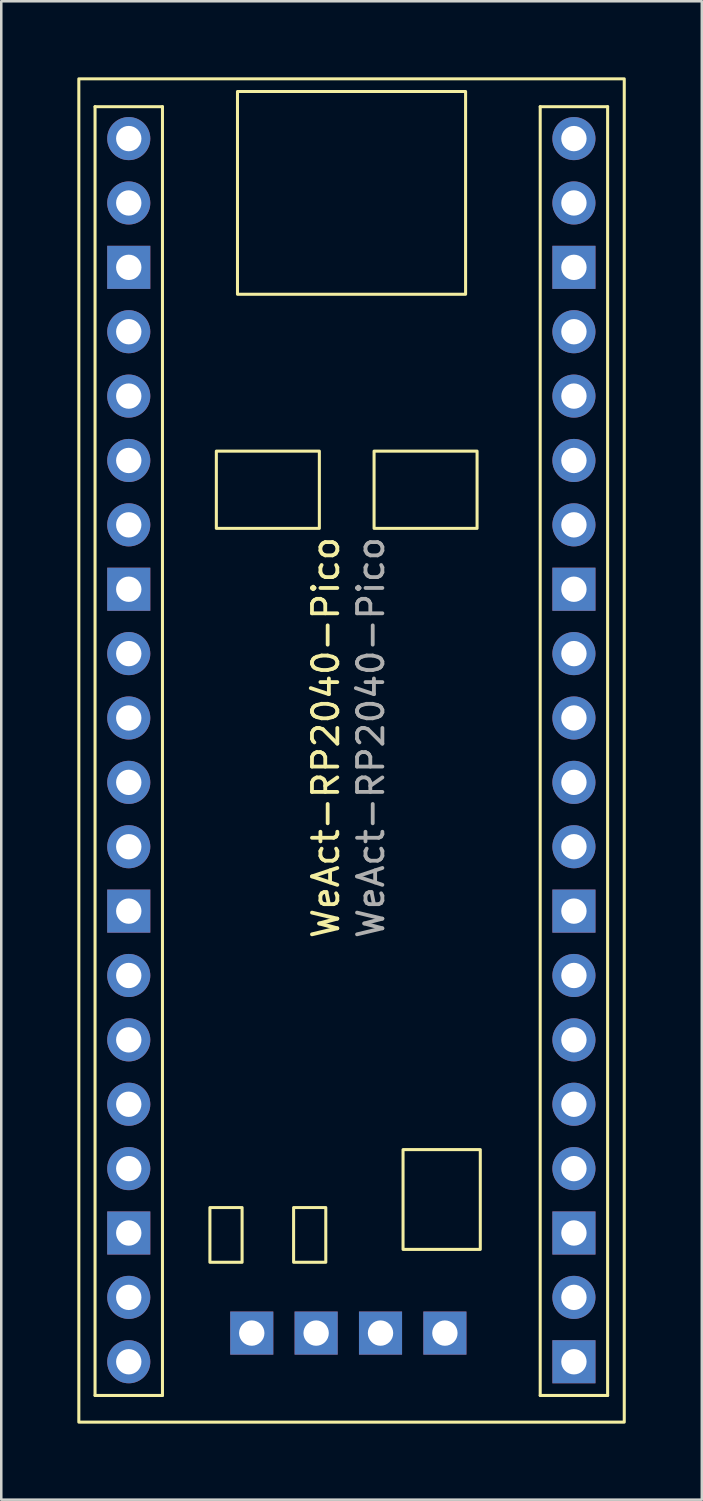
<source format=kicad_pcb>
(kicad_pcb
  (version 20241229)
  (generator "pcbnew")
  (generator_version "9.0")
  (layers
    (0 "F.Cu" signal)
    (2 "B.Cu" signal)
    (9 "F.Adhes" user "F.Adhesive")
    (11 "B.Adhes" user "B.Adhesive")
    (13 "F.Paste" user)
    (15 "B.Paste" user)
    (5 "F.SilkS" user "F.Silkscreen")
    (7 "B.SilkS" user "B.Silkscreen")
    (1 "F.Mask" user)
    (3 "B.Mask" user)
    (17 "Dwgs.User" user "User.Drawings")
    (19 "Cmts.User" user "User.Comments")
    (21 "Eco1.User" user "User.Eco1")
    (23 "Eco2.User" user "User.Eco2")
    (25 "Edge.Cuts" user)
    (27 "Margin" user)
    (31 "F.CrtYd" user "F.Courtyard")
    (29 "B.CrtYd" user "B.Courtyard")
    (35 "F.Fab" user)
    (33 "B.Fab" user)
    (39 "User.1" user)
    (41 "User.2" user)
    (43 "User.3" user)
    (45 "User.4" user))
  (footprint "WeAct-RP2040-Pico"
    (layer "F.Cu")
    (at 10.82 26.56)
    (property "Reference" "WeAct-RP2040-Pico" (at -1.016 -0.508 90) (unlocked yes) (layer "F.SilkS") (effects (font (size 1 1) (thickness 0.15))))
    (attr through_hole)
    (fp_line (start -10.12 -25.4) (end -10.12 25.448) (stroke (width 0.12) (type solid)) (layer "F.SilkS"))
    (fp_line (start -10.12 -25.4) (end -7.46 -25.4) (stroke (width 0.12) (type solid)) (layer "F.SilkS"))
    (fp_line (start -10.12 25.448) (end -7.46 25.448) (stroke (width 0.12) (type solid)) (layer "F.SilkS"))
    (fp_line (start -7.46 -25.4) (end -7.46 25.448) (stroke (width 0.12) (type solid)) (layer "F.SilkS"))
    (fp_line (start 7.444 -25.4) (end 7.444 25.448) (stroke (width 0.12) (type solid)) (layer "F.SilkS"))
    (fp_line (start 7.444 -25.4) (end 10.104 -25.4) (stroke (width 0.12) (type solid)) (layer "F.SilkS"))
    (fp_line (start 7.444 25.448) (end 10.104 25.448) (stroke (width 0.12) (type solid)) (layer "F.SilkS"))
    (fp_line (start 10.104 -25.4) (end 10.104 25.448) (stroke (width 0.12) (type solid)) (layer "F.SilkS"))
    (fp_rect (start -10.76 -26.5) (end 10.76 26.5) (stroke (width 0.12) (type solid)) (fill no) (layer "F.SilkS"))
    (fp_rect (start -5.588 20.193) (end -4.318 18.034) (stroke (width 0.12) (type solid)) (fill no) (layer "F.SilkS"))
    (fp_rect (start -4.5 -26) (end 4.5 -18) (stroke (width 0.12) (type solid)) (fill no) (layer "F.SilkS"))
    (fp_rect (start -2.286 20.193) (end -1.016 18.034) (stroke (width 0.12) (type solid)) (fill no) (layer "F.SilkS"))
    (fp_rect (start -1.27 -11.811) (end -5.334 -8.763) (stroke (width 0.12) (type solid)) (fill no) (layer "F.SilkS"))
    (fp_rect (start 4.953 -11.811) (end 0.889 -8.763) (stroke (width 0.12) (type solid)) (fill no) (layer "F.SilkS"))
    (fp_rect (start 5.08 19.685) (end 2.032 15.748) (stroke (width 0.12) (type solid)) (fill no) (layer "F.SilkS"))
    (fp_text user "${REFERENCE}" (at 0.762 -0.508 90) (unlocked yes) (layer "F.Fab") (effects (font (size 1 1) (thickness 0.15))))
    (pad "1" thru_hole circle (at -8.79 -24.142) (size 1.7 1.7) (drill 1) (layers "*.Cu" "*.Mask"))
    (pad "2" thru_hole oval (at -8.79 -21.602) (size 1.7 1.7) (drill 1) (layers "*.Cu" "*.Mask"))
    (pad "3" thru_hole rect (at -8.79 -19.062) (size 1.7 1.7) (drill 1) (layers "*.Cu" "*.Mask"))
    (pad "4" thru_hole oval (at -8.79 -16.522) (size 1.7 1.7) (drill 1) (layers "*.Cu" "*.Mask"))
    (pad "5" thru_hole oval (at -8.79 -13.982) (size 1.7 1.7) (drill 1) (layers "*.Cu" "*.Mask"))
    (pad "6" thru_hole oval (at -8.79 -11.442) (size 1.7 1.7) (drill 1) (layers "*.Cu" "*.Mask"))
    (pad "7" thru_hole oval (at -8.79 -8.902) (size 1.7 1.7) (drill 1) (layers "*.Cu" "*.Mask"))
    (pad "8" thru_hole rect (at -8.79 -6.362) (size 1.7 1.7) (drill 1) (layers "*.Cu" "*.Mask"))
    (pad "9" thru_hole oval (at -8.79 -3.822) (size 1.7 1.7) (drill 1) (layers "*.Cu" "*.Mask"))
    (pad "10" thru_hole oval (at -8.79 -1.282) (size 1.7 1.7) (drill 1) (layers "*.Cu" "*.Mask"))
    (pad "11" thru_hole oval (at -8.79 1.258) (size 1.7 1.7) (drill 1) (layers "*.Cu" "*.Mask"))
    (pad "12" thru_hole oval (at -8.79 3.798) (size 1.7 1.7) (drill 1) (layers "*.Cu" "*.Mask"))
    (pad "13" thru_hole rect (at -8.79 6.338) (size 1.7 1.7) (drill 1) (layers "*.Cu" "*.Mask"))
    (pad "14" thru_hole oval (at -8.79 8.878) (size 1.7 1.7) (drill 1) (layers "*.Cu" "*.Mask"))
    (pad "15" thru_hole oval (at -8.79 11.418) (size 1.7 1.7) (drill 1) (layers "*.Cu" "*.Mask"))
    (pad "16" thru_hole oval (at -8.79 13.958) (size 1.7 1.7) (drill 1) (layers "*.Cu" "*.Mask"))
    (pad "17" thru_hole oval (at -8.79 16.498) (size 1.7 1.7) (drill 1) (layers "*.Cu" "*.Mask"))
    (pad "18" thru_hole rect (at -8.79 19.038) (size 1.7 1.7) (drill 1) (layers "*.Cu" "*.Mask"))
    (pad "19" thru_hole oval (at -8.79 21.578) (size 1.7 1.7) (drill 1) (layers "*.Cu" "*.Mask"))
    (pad "20" thru_hole oval (at -8.79 24.118) (size 1.7 1.7) (drill 1) (layers "*.Cu" "*.Mask"))
    (pad "21" thru_hole rect (at 8.774 24.118) (size 1.7 1.7) (drill 1) (layers "*.Cu" "*.Mask"))
    (pad "22" thru_hole oval (at 8.774 21.578) (size 1.7 1.7) (drill 1) (layers "*.Cu" "*.Mask"))
    (pad "23" thru_hole rect (at 8.774 19.038) (size 1.7 1.7) (drill 1) (layers "*.Cu" "*.Mask"))
    (pad "24" thru_hole oval (at 8.774 16.498) (size 1.7 1.7) (drill 1) (layers "*.Cu" "*.Mask"))
    (pad "25" thru_hole oval (at 8.774 13.958) (size 1.7 1.7) (drill 1) (layers "*.Cu" "*.Mask"))
    (pad "26" thru_hole oval (at 8.774 11.418) (size 1.7 1.7) (drill 1) (layers "*.Cu" "*.Mask"))
    (pad "27" thru_hole oval (at 8.774 8.878) (size 1.7 1.7) (drill 1) (layers "*.Cu" "*.Mask"))
    (pad "28" thru_hole rect (at 8.774 6.338) (size 1.7 1.7) (drill 1) (layers "*.Cu" "*.Mask"))
    (pad "29" thru_hole oval (at 8.774 3.798) (size 1.7 1.7) (drill 1) (layers "*.Cu" "*.Mask"))
    (pad "30" thru_hole oval (at 8.774 1.258) (size 1.7 1.7) (drill 1) (layers "*.Cu" "*.Mask"))
    (pad "31" thru_hole oval (at 8.774 -1.282) (size 1.7 1.7) (drill 1) (layers "*.Cu" "*.Mask"))
    (pad "32" thru_hole oval (at 8.774 -3.822) (size 1.7 1.7) (drill 1) (layers "*.Cu" "*.Mask"))
    (pad "33" thru_hole rect (at 8.774 -6.362) (size 1.7 1.7) (drill 1) (layers "*.Cu" "*.Mask"))
    (pad "34" thru_hole oval (at 8.774 -8.902) (size 1.7 1.7) (drill 1) (layers "*.Cu" "*.Mask"))
    (pad "35" thru_hole oval (at 8.774 -11.442) (size 1.7 1.7) (drill 1) (layers "*.Cu" "*.Mask"))
    (pad "36" thru_hole oval (at 8.774 -13.982) (size 1.7 1.7) (drill 1) (layers "*.Cu" "*.Mask"))
    (pad "37" thru_hole oval (at 8.774 -16.522) (size 1.7 1.7) (drill 1) (layers "*.Cu" "*.Mask"))
    (pad "38" thru_hole rect (at 8.774 -19.062) (size 1.7 1.7) (drill 1) (layers "*.Cu" "*.Mask"))
    (pad "39" thru_hole oval (at 8.774 -21.602) (size 1.7 1.7) (drill 1) (layers "*.Cu" "*.Mask"))
    (pad "40" thru_hole circle (at 8.774 -24.142) (size 1.7 1.7) (drill 1) (layers "*.Cu" "*.Mask"))
    (pad "41" thru_hole rect (at -3.937 22.987 90) (size 1.7 1.7) (drill 1) (layers "*.Cu" "*.Mask"))
    (pad "42" thru_hole rect (at -1.397 22.987 90) (size 1.7 1.7) (drill 1) (layers "*.Cu" "*.Mask"))
    (pad "43" thru_hole rect (at 1.143 22.987 90) (size 1.7 1.7) (drill 1) (layers "*.Cu" "*.Mask"))
    (pad "44" thru_hole rect (at 3.683 22.987 90) (size 1.7 1.7) (drill 1) (layers "*.Cu" "*.Mask")))
  (gr_rect
    (start -3 -3)
    (end 24.64 56.12)
    (stroke (width 0.1) (type default))
    (fill no)
    (layer "Edge.Cuts")))
</source>
